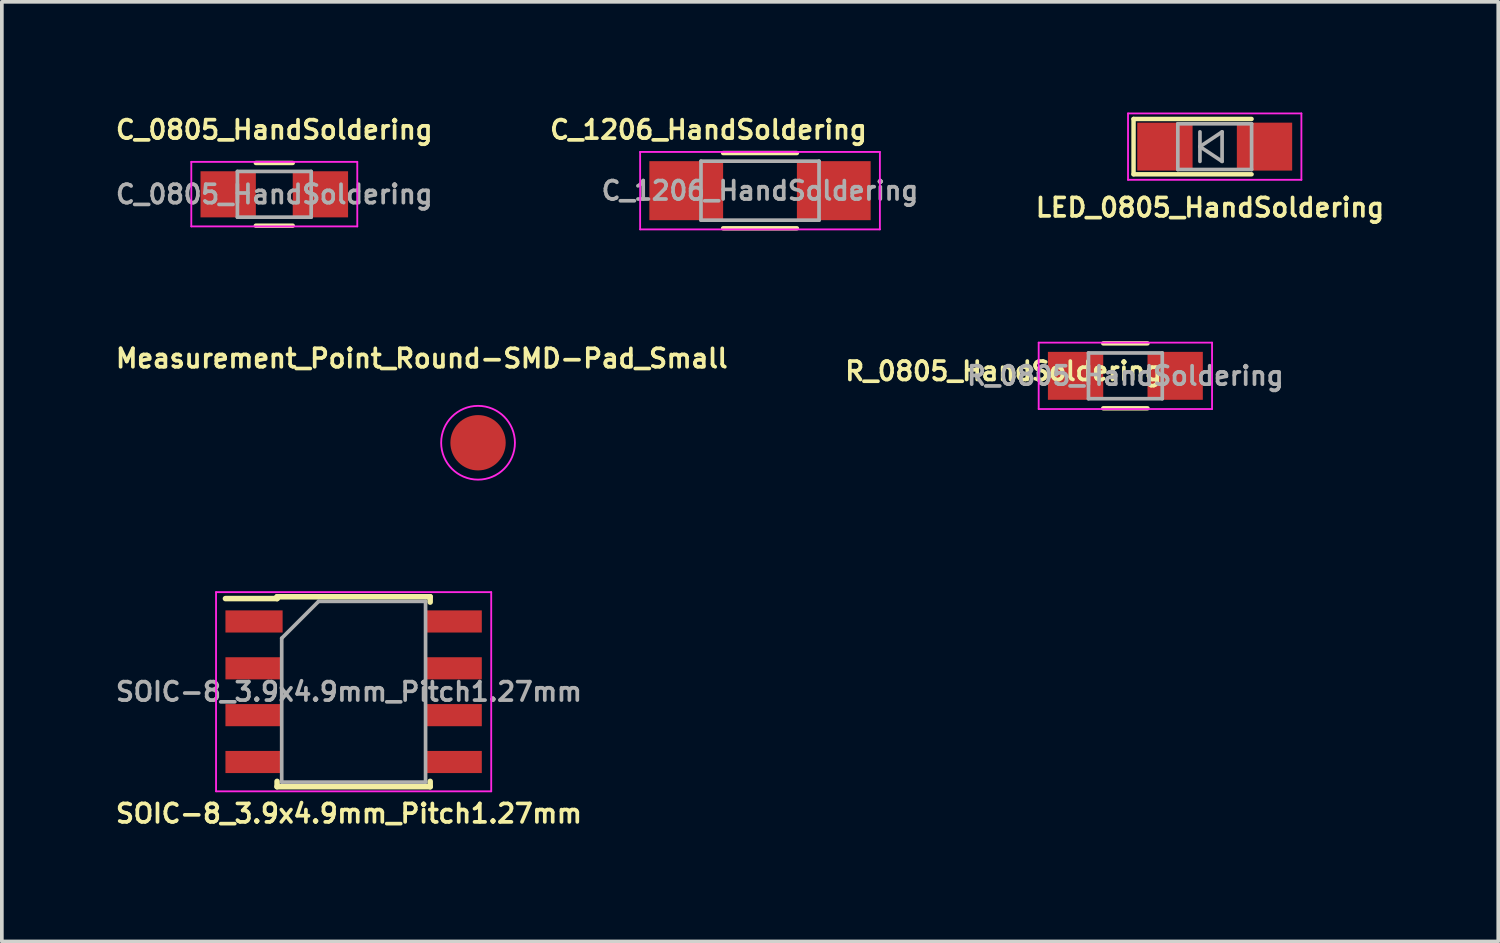
<source format=kicad_pcb>
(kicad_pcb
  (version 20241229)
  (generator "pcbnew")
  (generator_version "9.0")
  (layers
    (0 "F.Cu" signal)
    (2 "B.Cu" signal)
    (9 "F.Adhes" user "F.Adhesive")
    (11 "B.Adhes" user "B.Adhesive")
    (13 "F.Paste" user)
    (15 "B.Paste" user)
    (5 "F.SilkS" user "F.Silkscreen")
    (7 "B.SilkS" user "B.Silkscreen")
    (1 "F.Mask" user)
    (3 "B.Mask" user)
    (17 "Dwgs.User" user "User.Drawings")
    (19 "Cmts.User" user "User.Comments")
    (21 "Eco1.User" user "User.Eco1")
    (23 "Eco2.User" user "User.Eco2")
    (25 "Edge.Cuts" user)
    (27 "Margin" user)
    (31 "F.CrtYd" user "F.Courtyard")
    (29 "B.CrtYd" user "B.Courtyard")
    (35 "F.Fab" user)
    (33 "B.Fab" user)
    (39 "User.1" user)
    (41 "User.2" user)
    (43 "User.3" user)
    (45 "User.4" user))
  (footprint "LED_0805_HandSoldering"
    (layer "F.Cu")
    (at 29.881 0.925)
    (property "Reference" "LED_0805_HandSoldering" (at -0.127 1.651 0) (layer "F.SilkS") (effects (font (size 0.5 0.5) (thickness 0.1))))
    (attr smd)
    (fp_line (start -2.2 -0.75) (end -2.2 0.75) (stroke (width 0.12) (type solid)) (layer "F.SilkS"))
    (fp_line (start -2.2 -0.75) (end 1 -0.75) (stroke (width 0.12) (type solid)) (layer "F.SilkS"))
    (fp_line (start 1 0.75) (end -2.2 0.75) (stroke (width 0.12) (type solid)) (layer "F.SilkS"))
    (fp_line (start -2.35 -0.9) (end -2.35 0.9) (stroke (width 0.05) (type solid)) (layer "F.CrtYd"))
    (fp_line (start -2.35 -0.9) (end 2.35 -0.9) (stroke (width 0.05) (type solid)) (layer "F.CrtYd"))
    (fp_line (start 2.35 0.9) (end -2.35 0.9) (stroke (width 0.05) (type solid)) (layer "F.CrtYd"))
    (fp_line (start 2.35 0.9) (end 2.35 -0.9) (stroke (width 0.05) (type solid)) (layer "F.CrtYd"))
    (fp_line (start -1 -0.62) (end 1 -0.62) (stroke (width 0.1) (type solid)) (layer "F.Fab"))
    (fp_line (start -1 0.62) (end -1 -0.62) (stroke (width 0.1) (type solid)) (layer "F.Fab"))
    (fp_line (start -0.4 -0.4) (end -0.4 0.4) (stroke (width 0.1) (type solid)) (layer "F.Fab"))
    (fp_line (start -0.4 0) (end 0.2 -0.4) (stroke (width 0.1) (type solid)) (layer "F.Fab"))
    (fp_line (start 0.2 -0.4) (end 0.2 0.4) (stroke (width 0.1) (type solid)) (layer "F.Fab"))
    (fp_line (start 0.2 0.4) (end -0.4 0) (stroke (width 0.1) (type solid)) (layer "F.Fab"))
    (fp_line (start 1 -0.62) (end 1 0.62) (stroke (width 0.1) (type solid)) (layer "F.Fab"))
    (fp_line (start 1 0.62) (end -1 0.62) (stroke (width 0.1) (type solid)) (layer "F.Fab"))
    (pad "1" smd rect (at -1.35 0) (size 1.5 1.3) (layers "F.Cu" "F.Mask" "F.Paste"))
    (pad "2" smd rect (at 1.35 0) (size 1.5 1.3) (layers "F.Cu" "F.Mask" "F.Paste")))
  (footprint "C_1206_HandSoldering"
    (layer "F.Cu")
    (at 17.554 2.119)
    (property "Reference" "C_1206_HandSoldering" (at -1.397 -1.651 0) (layer "F.SilkS") (effects (font (size 0.5 0.5) (thickness 0.1))))
    (attr smd)
    (fp_line (start -1 1.02) (end 1 1.02) (stroke (width 0.12) (type solid)) (layer "F.SilkS"))
    (fp_line (start 1 -1.02) (end -1 -1.02) (stroke (width 0.12) (type solid)) (layer "F.SilkS"))
    (fp_line (start -3.25 -1.05) (end -3.25 1.05) (stroke (width 0.05) (type solid)) (layer "F.CrtYd"))
    (fp_line (start -3.25 -1.05) (end 3.25 -1.05) (stroke (width 0.05) (type solid)) (layer "F.CrtYd"))
    (fp_line (start 3.25 1.05) (end -3.25 1.05) (stroke (width 0.05) (type solid)) (layer "F.CrtYd"))
    (fp_line (start 3.25 1.05) (end 3.25 -1.05) (stroke (width 0.05) (type solid)) (layer "F.CrtYd"))
    (fp_line (start -1.6 -0.8) (end 1.6 -0.8) (stroke (width 0.1) (type solid)) (layer "F.Fab"))
    (fp_line (start -1.6 0.8) (end -1.6 -0.8) (stroke (width 0.1) (type solid)) (layer "F.Fab"))
    (fp_line (start 1.6 -0.8) (end 1.6 0.8) (stroke (width 0.1) (type solid)) (layer "F.Fab"))
    (fp_line (start 1.6 0.8) (end -1.6 0.8) (stroke (width 0.1) (type solid)) (layer "F.Fab"))
    (fp_text user "${REFERENCE}" (at 0 0 0) (layer "F.Fab") (effects (font (size 0.5 0.5) (thickness 0.1))))
    (pad "1" smd rect (at -2 0) (size 2 1.6) (layers "F.Cu" "F.Mask" "F.Paste"))
    (pad "2" smd rect (at 2 0) (size 2 1.6) (layers "F.Cu" "F.Mask" "F.Paste")))
  (footprint "C_0805_HandSoldering"
    (layer "F.Cu")
    (at 4.386 2.218)
    (property "Reference" "C_0805_HandSoldering" (at 0 -1.75 0) (layer "F.SilkS") (effects (font (size 0.5 0.5) (thickness 0.1))))
    (attr smd)
    (fp_line (start -0.5 0.85) (end 0.5 0.85) (stroke (width 0.12) (type solid)) (layer "F.SilkS"))
    (fp_line (start 0.5 -0.85) (end -0.5 -0.85) (stroke (width 0.12) (type solid)) (layer "F.SilkS"))
    (fp_line (start -2.25 -0.88) (end -2.25 0.87) (stroke (width 0.05) (type solid)) (layer "F.CrtYd"))
    (fp_line (start -2.25 -0.88) (end 2.25 -0.88) (stroke (width 0.05) (type solid)) (layer "F.CrtYd"))
    (fp_line (start 2.25 0.87) (end -2.25 0.87) (stroke (width 0.05) (type solid)) (layer "F.CrtYd"))
    (fp_line (start 2.25 0.87) (end 2.25 -0.88) (stroke (width 0.05) (type solid)) (layer "F.CrtYd"))
    (fp_line (start -1 -0.62) (end 1 -0.62) (stroke (width 0.1) (type solid)) (layer "F.Fab"))
    (fp_line (start -1 0.62) (end -1 -0.62) (stroke (width 0.1) (type solid)) (layer "F.Fab"))
    (fp_line (start 1 -0.62) (end 1 0.62) (stroke (width 0.1) (type solid)) (layer "F.Fab"))
    (fp_line (start 1 0.62) (end -1 0.62) (stroke (width 0.1) (type solid)) (layer "F.Fab"))
    (fp_text user "${REFERENCE}" (at 0 0 0) (layer "F.Fab") (effects (font (size 0.5 0.5) (thickness 0.1))))
    (pad "1" smd rect (at -1.25 0) (size 1.5 1.25) (layers "F.Cu" "F.Mask" "F.Paste"))
    (pad "2" smd rect (at 1.25 0) (size 1.5 1.25) (layers "F.Cu" "F.Mask" "F.Paste")))
  (footprint "Measurement_Point_Round-SMD-Pad_Small"
    (layer "F.Cu")
    (at 9.91 8.953)
    (property "Reference" "Measurement_Point_Round-SMD-Pad_Small" (at -1.524 -2.286 0) (layer "F.SilkS") (effects (font (size 0.5 0.5) (thickness 0.1))))
    (attr exclude_from_pos_files exclude_from_bom)
    (fp_circle (center 0 0) (end 1 0) (stroke (width 0.05) (type solid)) (fill no) (layer "F.CrtYd"))
    (pad "1" smd circle (at 0 0) (size 1.5 1.5) (layers "F.Cu" "F.Mask")))
  (footprint "SOIC-8_3.9x4.9mm_Pitch1.27mm"
    (layer "F.Cu")
    (at 6.537 15.703)
    (property "Reference" "SOIC-8_3.9x4.9mm_Pitch1.27mm" (at -0.127 3.302 0) (layer "F.SilkS") (effects (font (size 0.5 0.5) (thickness 0.1))))
    (attr smd)
    (fp_line (start -2.075 -2.575) (end -2.075 -2.525) (stroke (width 0.15) (type solid)) (layer "F.SilkS"))
    (fp_line (start -2.075 -2.575) (end 2.075 -2.575) (stroke (width 0.15) (type solid)) (layer "F.SilkS"))
    (fp_line (start -2.075 -2.525) (end -3.475 -2.525) (stroke (width 0.15) (type solid)) (layer "F.SilkS"))
    (fp_line (start -2.075 2.575) (end -2.075 2.43) (stroke (width 0.15) (type solid)) (layer "F.SilkS"))
    (fp_line (start -2.075 2.575) (end 2.075 2.575) (stroke (width 0.15) (type solid)) (layer "F.SilkS"))
    (fp_line (start 2.075 -2.575) (end 2.075 -2.43) (stroke (width 0.15) (type solid)) (layer "F.SilkS"))
    (fp_line (start 2.075 2.575) (end 2.075 2.43) (stroke (width 0.15) (type solid)) (layer "F.SilkS"))
    (fp_line (start -3.73 -2.7) (end -3.73 2.7) (stroke (width 0.05) (type solid)) (layer "F.CrtYd"))
    (fp_line (start -3.73 -2.7) (end 3.73 -2.7) (stroke (width 0.05) (type solid)) (layer "F.CrtYd"))
    (fp_line (start -3.73 2.7) (end 3.73 2.7) (stroke (width 0.05) (type solid)) (layer "F.CrtYd"))
    (fp_line (start 3.73 -2.7) (end 3.73 2.7) (stroke (width 0.05) (type solid)) (layer "F.CrtYd"))
    (fp_line (start -1.95 -1.45) (end -0.95 -2.45) (stroke (width 0.1) (type solid)) (layer "F.Fab"))
    (fp_line (start -1.95 2.45) (end -1.95 -1.45) (stroke (width 0.1) (type solid)) (layer "F.Fab"))
    (fp_line (start -0.95 -2.45) (end 1.95 -2.45) (stroke (width 0.1) (type solid)) (layer "F.Fab"))
    (fp_line (start 1.95 -2.45) (end 1.95 2.45) (stroke (width 0.1) (type solid)) (layer "F.Fab"))
    (fp_line (start 1.95 2.45) (end -1.95 2.45) (stroke (width 0.1) (type solid)) (layer "F.Fab"))
    (fp_text user "${REFERENCE}" (at -0.127 0 0) (layer "F.Fab") (effects (font (size 0.5 0.5) (thickness 0.1))))
    (pad "1" smd rect (at -2.7 -1.905) (size 1.55 0.6) (layers "F.Cu" "F.Mask" "F.Paste"))
    (pad "2" smd rect (at -2.7 -0.635) (size 1.55 0.6) (layers "F.Cu" "F.Mask" "F.Paste"))
    (pad "3" smd rect (at -2.7 0.635) (size 1.55 0.6) (layers "F.Cu" "F.Mask" "F.Paste"))
    (pad "4" smd rect (at -2.7 1.905) (size 1.55 0.6) (layers "F.Cu" "F.Mask" "F.Paste"))
    (pad "5" smd rect (at 2.7 1.905) (size 1.55 0.6) (layers "F.Cu" "F.Mask" "F.Paste"))
    (pad "6" smd rect (at 2.7 0.635) (size 1.55 0.6) (layers "F.Cu" "F.Mask" "F.Paste"))
    (pad "7" smd rect (at 2.7 -0.635) (size 1.55 0.6) (layers "F.Cu" "F.Mask" "F.Paste"))
    (pad "8" smd rect (at 2.7 -1.905) (size 1.55 0.6) (layers "F.Cu" "F.Mask" "F.Paste")))
  (footprint "R_0805_HandSoldering"
    (layer "F.Cu")
    (at 27.459 7.139)
    (property "Reference" "R_0805_HandSoldering" (at -3.302 -0.127 0) (layer "F.SilkS") (effects (font (size 0.5 0.5) (thickness 0.1))))
    (attr smd)
    (fp_line (start -0.6 -0.88) (end 0.6 -0.88) (stroke (width 0.12) (type solid)) (layer "F.SilkS"))
    (fp_line (start 0.6 0.88) (end -0.6 0.88) (stroke (width 0.12) (type solid)) (layer "F.SilkS"))
    (fp_line (start -2.35 -0.9) (end -2.35 0.9) (stroke (width 0.05) (type solid)) (layer "F.CrtYd"))
    (fp_line (start -2.35 -0.9) (end 2.35 -0.9) (stroke (width 0.05) (type solid)) (layer "F.CrtYd"))
    (fp_line (start 2.35 0.9) (end -2.35 0.9) (stroke (width 0.05) (type solid)) (layer "F.CrtYd"))
    (fp_line (start 2.35 0.9) (end 2.35 -0.9) (stroke (width 0.05) (type solid)) (layer "F.CrtYd"))
    (fp_line (start -1 -0.62) (end 1 -0.62) (stroke (width 0.1) (type solid)) (layer "F.Fab"))
    (fp_line (start -1 0.62) (end -1 -0.62) (stroke (width 0.1) (type solid)) (layer "F.Fab"))
    (fp_line (start 1 -0.62) (end 1 0.62) (stroke (width 0.1) (type solid)) (layer "F.Fab"))
    (fp_line (start 1 0.62) (end -1 0.62) (stroke (width 0.1) (type solid)) (layer "F.Fab"))
    (fp_text user "${REFERENCE}" (at 0 0 0) (layer "F.Fab") (effects (font (size 0.5 0.5) (thickness 0.1))))
    (pad "1" smd rect (at -1.35 0) (size 1.5 1.3) (layers "F.Cu" "F.Mask" "F.Paste"))
    (pad "2" smd rect (at 1.35 0) (size 1.5 1.3) (layers "F.Cu" "F.Mask" "F.Paste")))
  (gr_rect
    (start -3 -3)
    (end 37.568 22.473)
    (stroke (width 0.1) (type default))
    (fill no)
    (layer "Edge.Cuts")))
</source>
